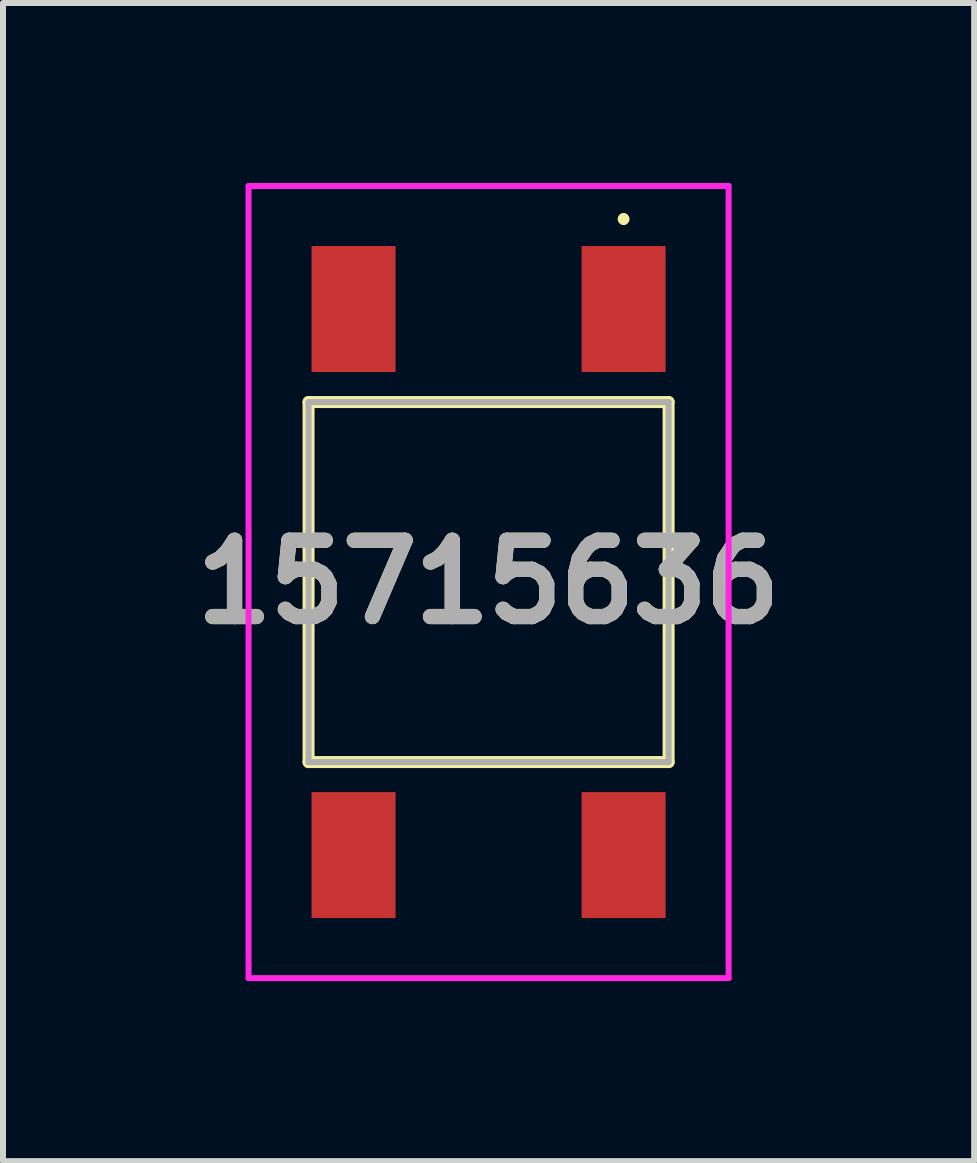
<source format=kicad_pcb>
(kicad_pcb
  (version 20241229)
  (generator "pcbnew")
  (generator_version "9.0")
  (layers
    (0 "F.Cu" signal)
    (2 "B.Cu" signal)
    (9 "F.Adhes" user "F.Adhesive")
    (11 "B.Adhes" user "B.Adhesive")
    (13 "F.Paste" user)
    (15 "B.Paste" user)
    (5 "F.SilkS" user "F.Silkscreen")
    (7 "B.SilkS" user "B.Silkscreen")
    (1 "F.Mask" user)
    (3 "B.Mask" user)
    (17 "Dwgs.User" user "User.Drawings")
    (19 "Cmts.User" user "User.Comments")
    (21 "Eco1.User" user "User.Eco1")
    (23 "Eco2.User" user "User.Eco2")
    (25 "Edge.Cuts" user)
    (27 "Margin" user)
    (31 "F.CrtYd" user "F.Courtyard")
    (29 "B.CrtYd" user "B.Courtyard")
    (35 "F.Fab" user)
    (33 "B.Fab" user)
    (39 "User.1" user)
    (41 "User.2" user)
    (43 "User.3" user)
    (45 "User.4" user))
  (footprint "15715636"
    (layer "F.Cu")
    (at 5.092 6.65)
    (property "Reference" "15715636" (at 0 0 0) (layer "F.SilkS") (effects (font (size 1.27 1.27) (thickness 0.254))))
    (attr smd)
    (fp_line (start -3 -3) (end 3 -3) (stroke (width 0.2) (type solid)) (layer "F.SilkS"))
    (fp_line (start -3 3) (end -3 -3) (stroke (width 0.2) (type solid)) (layer "F.SilkS"))
    (fp_line (start 2.25 -6.1) (end 2.25 -6.1) (stroke (width 0.1) (type solid)) (layer "F.SilkS"))
    (fp_line (start 2.25 -6) (end 2.25 -6) (stroke (width 0.1) (type solid)) (layer "F.SilkS"))
    (fp_line (start 3 -3) (end 3 3) (stroke (width 0.2) (type solid)) (layer "F.SilkS"))
    (fp_line (start 3 3) (end -3 3) (stroke (width 0.2) (type solid)) (layer "F.SilkS"))
    (fp_arc (start 2.25 -6.1) (mid 2.3 -6.05) (end 2.25 -6) (stroke (width 0.1) (type solid)) (layer "F.SilkS"))
    (fp_arc (start 2.25 -6) (mid 2.2 -6.05) (end 2.25 -6.1) (stroke (width 0.1) (type solid)) (layer "F.SilkS"))
    (fp_line (start -4 -6.6) (end 4 -6.6) (stroke (width 0.1) (type solid)) (layer "F.CrtYd"))
    (fp_line (start -4 6.6) (end -4 -6.6) (stroke (width 0.1) (type solid)) (layer "F.CrtYd"))
    (fp_line (start 4 -6.6) (end 4 6.6) (stroke (width 0.1) (type solid)) (layer "F.CrtYd"))
    (fp_line (start 4 6.6) (end -4 6.6) (stroke (width 0.1) (type solid)) (layer "F.CrtYd"))
    (fp_line (start -3 -3) (end -3 3) (stroke (width 0.1) (type solid)) (layer "F.Fab"))
    (fp_line (start -3 3) (end 3 3) (stroke (width 0.1) (type solid)) (layer "F.Fab"))
    (fp_line (start 3 -3) (end -3 -3) (stroke (width 0.1) (type solid)) (layer "F.Fab"))
    (fp_line (start 3 3) (end 3 -3) (stroke (width 0.1) (type solid)) (layer "F.Fab"))
    (fp_text user "${REFERENCE}" (at 0 0 0) (layer "F.Fab") (effects (font (size 1.27 1.27) (thickness 0.254))))
    (pad "1" smd rect (at 2.25 -4.55) (size 1.4 2.1) (layers "F.Cu" "F.Mask" "F.Paste"))
    (pad "2" smd rect (at 2.25 4.55) (size 1.4 2.1) (layers "F.Cu" "F.Mask" "F.Paste"))
    (pad "3" smd rect (at -2.25 -4.55) (size 1.4 2.1) (layers "F.Cu" "F.Mask" "F.Paste"))
    (pad "4" smd rect (at -2.25 4.55) (size 1.4 2.1) (layers "F.Cu" "F.Mask" "F.Paste")))
  (gr_rect
    (start -3 -3)
    (end 13.184 16.3)
    (stroke (width 0.1) (type default))
    (fill no)
    (layer "Edge.Cuts")))
</source>
